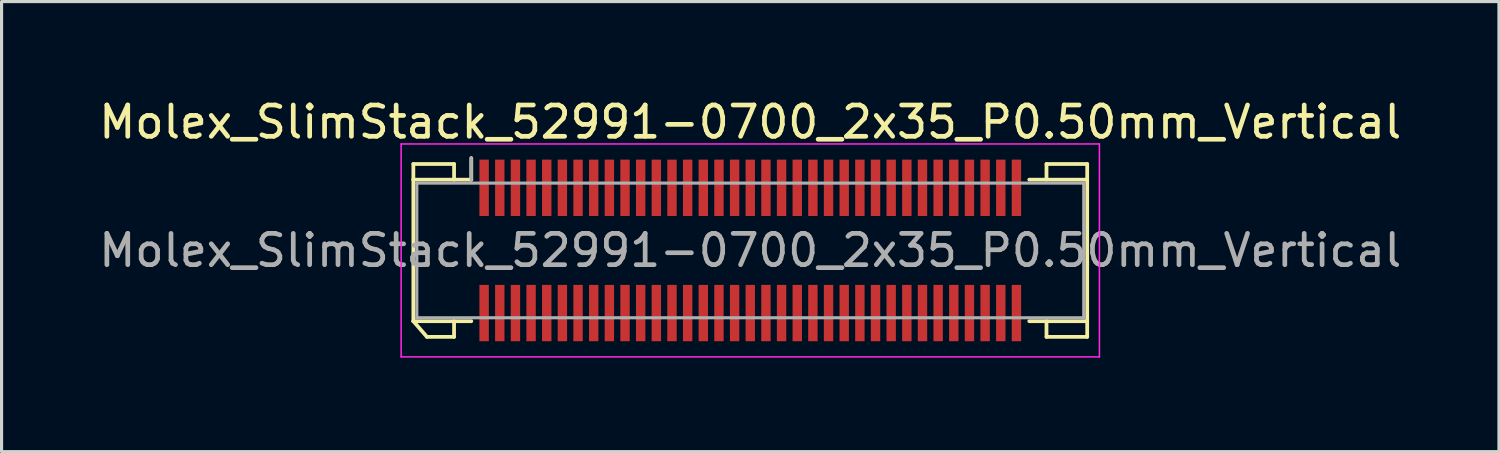
<source format=kicad_pcb>
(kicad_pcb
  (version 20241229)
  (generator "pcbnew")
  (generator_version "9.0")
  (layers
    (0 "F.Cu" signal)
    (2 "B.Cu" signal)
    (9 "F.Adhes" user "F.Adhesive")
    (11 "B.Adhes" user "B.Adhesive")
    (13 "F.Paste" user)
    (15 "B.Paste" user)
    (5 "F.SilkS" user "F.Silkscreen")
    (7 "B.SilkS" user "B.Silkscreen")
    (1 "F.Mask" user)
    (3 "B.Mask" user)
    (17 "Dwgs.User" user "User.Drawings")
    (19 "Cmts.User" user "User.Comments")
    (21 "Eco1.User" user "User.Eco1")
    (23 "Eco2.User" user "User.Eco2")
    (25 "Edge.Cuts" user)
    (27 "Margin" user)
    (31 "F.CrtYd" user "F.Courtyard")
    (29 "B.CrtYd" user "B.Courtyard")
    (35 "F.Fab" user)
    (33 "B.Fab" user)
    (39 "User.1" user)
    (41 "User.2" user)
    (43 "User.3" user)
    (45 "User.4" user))
  (footprint "Molex_SlimStack_52991-0700_2x35_P0.50mm_Vertical"
    (layer "F.Cu")
    (at 20.911 4.948)
    (property "Reference" "Molex_SlimStack_52991-0700_2x35_P0.50mm_Vertical" (at 0 -4.1 0) (layer "F.SilkS") (effects (font (size 1 1) (thickness 0.15))))
    (attr smd)
    (fp_line (start -10.76 -2.76) (end -9.46 -2.76) (stroke (width 0.12) (type solid)) (layer "F.SilkS"))
    (fp_line (start -10.76 -2.26) (end -10.76 -2.76) (stroke (width 0.12) (type solid)) (layer "F.SilkS"))
    (fp_line (start -10.76 -2.26) (end -8.91 -2.26) (stroke (width 0.12) (type solid)) (layer "F.SilkS"))
    (fp_line (start -10.76 2.26) (end -10.76 -2.26) (stroke (width 0.12) (type solid)) (layer "F.SilkS"))
    (fp_line (start -10.76 2.26) (end -10.327 2.76) (stroke (width 0.12) (type solid)) (layer "F.SilkS"))
    (fp_line (start -10.327 2.76) (end -9.46 2.76) (stroke (width 0.12) (type solid)) (layer "F.SilkS"))
    (fp_line (start -9.46 -2.76) (end -9.46 -2.26) (stroke (width 0.12) (type solid)) (layer "F.SilkS"))
    (fp_line (start -9.46 2.76) (end -9.46 2.26) (stroke (width 0.12) (type solid)) (layer "F.SilkS"))
    (fp_line (start -8.91 -2.26) (end -8.91 -2.95) (stroke (width 0.12) (type solid)) (layer "F.SilkS"))
    (fp_line (start -8.91 2.26) (end -10.76 2.26) (stroke (width 0.12) (type solid)) (layer "F.SilkS"))
    (fp_line (start 8.91 2.26) (end 10.76 2.26) (stroke (width 0.12) (type solid)) (layer "F.SilkS"))
    (fp_line (start 9.46 -2.76) (end 9.46 -2.26) (stroke (width 0.12) (type solid)) (layer "F.SilkS"))
    (fp_line (start 9.46 2.76) (end 9.46 2.26) (stroke (width 0.12) (type solid)) (layer "F.SilkS"))
    (fp_line (start 10.76 -2.76) (end 9.46 -2.76) (stroke (width 0.12) (type solid)) (layer "F.SilkS"))
    (fp_line (start 10.76 -2.26) (end 8.91 -2.26) (stroke (width 0.12) (type solid)) (layer "F.SilkS"))
    (fp_line (start 10.76 -2.26) (end 10.76 -2.76) (stroke (width 0.12) (type solid)) (layer "F.SilkS"))
    (fp_line (start 10.76 2.26) (end 10.76 -2.26) (stroke (width 0.12) (type solid)) (layer "F.SilkS"))
    (fp_line (start 10.76 2.26) (end 10.76 2.76) (stroke (width 0.12) (type solid)) (layer "F.SilkS"))
    (fp_line (start 10.76 2.76) (end 9.46 2.76) (stroke (width 0.12) (type solid)) (layer "F.SilkS"))
    (fp_line (start -11.15 -3.4) (end -11.15 3.4) (stroke (width 0.05) (type solid)) (layer "F.CrtYd"))
    (fp_line (start -11.15 3.4) (end 11.15 3.4) (stroke (width 0.05) (type solid)) (layer "F.CrtYd"))
    (fp_line (start 11.15 -3.4) (end -11.15 -3.4) (stroke (width 0.05) (type solid)) (layer "F.CrtYd"))
    (fp_line (start 11.15 3.4) (end 11.15 -3.4) (stroke (width 0.05) (type solid)) (layer "F.CrtYd"))
    (fp_line (start -10.65 -2.15) (end -10.65 2.15) (stroke (width 0.1) (type solid)) (layer "F.Fab"))
    (fp_line (start -10.65 2.15) (end 10.65 2.15) (stroke (width 0.1) (type solid)) (layer "F.Fab"))
    (fp_line (start -8.91 -2.26) (end -8.91 -2.95) (stroke (width 0.1) (type solid)) (layer "F.Fab"))
    (fp_line (start 10.65 -2.15) (end -10.65 -2.15) (stroke (width 0.1) (type solid)) (layer "F.Fab"))
    (fp_line (start 10.65 2.15) (end 10.65 -2.15) (stroke (width 0.1) (type solid)) (layer "F.Fab"))
    (fp_text user "${REFERENCE}" (at 0 0 0) (layer "F.Fab") (effects (font (size 1 1) (thickness 0.15))))
    (pad "1" smd rect (at -8.5 -2) (size 0.3 1.8) (layers "F.Cu" "F.Mask" "F.Paste"))
    (pad "2" smd rect (at -8.5 2) (size 0.3 1.8) (layers "F.Cu" "F.Mask" "F.Paste"))
    (pad "3" smd rect (at -8 -2) (size 0.3 1.8) (layers "F.Cu" "F.Mask" "F.Paste"))
    (pad "4" smd rect (at -8 2) (size 0.3 1.8) (layers "F.Cu" "F.Mask" "F.Paste"))
    (pad "5" smd rect (at -7.5 -2) (size 0.3 1.8) (layers "F.Cu" "F.Mask" "F.Paste"))
    (pad "6" smd rect (at -7.5 2) (size 0.3 1.8) (layers "F.Cu" "F.Mask" "F.Paste"))
    (pad "7" smd rect (at -7 -2) (size 0.3 1.8) (layers "F.Cu" "F.Mask" "F.Paste"))
    (pad "8" smd rect (at -7 2) (size 0.3 1.8) (layers "F.Cu" "F.Mask" "F.Paste"))
    (pad "9" smd rect (at -6.5 -2) (size 0.3 1.8) (layers "F.Cu" "F.Mask" "F.Paste"))
    (pad "10" smd rect (at -6.5 2) (size 0.3 1.8) (layers "F.Cu" "F.Mask" "F.Paste"))
    (pad "11" smd rect (at -6 -2) (size 0.3 1.8) (layers "F.Cu" "F.Mask" "F.Paste"))
    (pad "12" smd rect (at -6 2) (size 0.3 1.8) (layers "F.Cu" "F.Mask" "F.Paste"))
    (pad "13" smd rect (at -5.5 -2) (size 0.3 1.8) (layers "F.Cu" "F.Mask" "F.Paste"))
    (pad "14" smd rect (at -5.5 2) (size 0.3 1.8) (layers "F.Cu" "F.Mask" "F.Paste"))
    (pad "15" smd rect (at -5 -2) (size 0.3 1.8) (layers "F.Cu" "F.Mask" "F.Paste"))
    (pad "16" smd rect (at -5 2) (size 0.3 1.8) (layers "F.Cu" "F.Mask" "F.Paste"))
    (pad "17" smd rect (at -4.5 -2) (size 0.3 1.8) (layers "F.Cu" "F.Mask" "F.Paste"))
    (pad "18" smd rect (at -4.5 2) (size 0.3 1.8) (layers "F.Cu" "F.Mask" "F.Paste"))
    (pad "19" smd rect (at -4 -2) (size 0.3 1.8) (layers "F.Cu" "F.Mask" "F.Paste"))
    (pad "20" smd rect (at -4 2) (size 0.3 1.8) (layers "F.Cu" "F.Mask" "F.Paste"))
    (pad "21" smd rect (at -3.5 -2) (size 0.3 1.8) (layers "F.Cu" "F.Mask" "F.Paste"))
    (pad "22" smd rect (at -3.5 2) (size 0.3 1.8) (layers "F.Cu" "F.Mask" "F.Paste"))
    (pad "23" smd rect (at -3 -2) (size 0.3 1.8) (layers "F.Cu" "F.Mask" "F.Paste"))
    (pad "24" smd rect (at -3 2) (size 0.3 1.8) (layers "F.Cu" "F.Mask" "F.Paste"))
    (pad "25" smd rect (at -2.5 -2) (size 0.3 1.8) (layers "F.Cu" "F.Mask" "F.Paste"))
    (pad "26" smd rect (at -2.5 2) (size 0.3 1.8) (layers "F.Cu" "F.Mask" "F.Paste"))
    (pad "27" smd rect (at -2 -2) (size 0.3 1.8) (layers "F.Cu" "F.Mask" "F.Paste"))
    (pad "28" smd rect (at -2 2) (size 0.3 1.8) (layers "F.Cu" "F.Mask" "F.Paste"))
    (pad "29" smd rect (at -1.5 -2) (size 0.3 1.8) (layers "F.Cu" "F.Mask" "F.Paste"))
    (pad "30" smd rect (at -1.5 2) (size 0.3 1.8) (layers "F.Cu" "F.Mask" "F.Paste"))
    (pad "31" smd rect (at -1 -2) (size 0.3 1.8) (layers "F.Cu" "F.Mask" "F.Paste"))
    (pad "32" smd rect (at -1 2) (size 0.3 1.8) (layers "F.Cu" "F.Mask" "F.Paste"))
    (pad "33" smd rect (at -0.5 -2) (size 0.3 1.8) (layers "F.Cu" "F.Mask" "F.Paste"))
    (pad "34" smd rect (at -0.5 2) (size 0.3 1.8) (layers "F.Cu" "F.Mask" "F.Paste"))
    (pad "35" smd rect (at 0 -2) (size 0.3 1.8) (layers "F.Cu" "F.Mask" "F.Paste"))
    (pad "36" smd rect (at 0 2) (size 0.3 1.8) (layers "F.Cu" "F.Mask" "F.Paste"))
    (pad "37" smd rect (at 0.5 -2) (size 0.3 1.8) (layers "F.Cu" "F.Mask" "F.Paste"))
    (pad "38" smd rect (at 0.5 2) (size 0.3 1.8) (layers "F.Cu" "F.Mask" "F.Paste"))
    (pad "39" smd rect (at 1 -2) (size 0.3 1.8) (layers "F.Cu" "F.Mask" "F.Paste"))
    (pad "40" smd rect (at 1 2) (size 0.3 1.8) (layers "F.Cu" "F.Mask" "F.Paste"))
    (pad "41" smd rect (at 1.5 -2) (size 0.3 1.8) (layers "F.Cu" "F.Mask" "F.Paste"))
    (pad "42" smd rect (at 1.5 2) (size 0.3 1.8) (layers "F.Cu" "F.Mask" "F.Paste"))
    (pad "43" smd rect (at 2 -2) (size 0.3 1.8) (layers "F.Cu" "F.Mask" "F.Paste"))
    (pad "44" smd rect (at 2 2) (size 0.3 1.8) (layers "F.Cu" "F.Mask" "F.Paste"))
    (pad "45" smd rect (at 2.5 -2) (size 0.3 1.8) (layers "F.Cu" "F.Mask" "F.Paste"))
    (pad "46" smd rect (at 2.5 2) (size 0.3 1.8) (layers "F.Cu" "F.Mask" "F.Paste"))
    (pad "47" smd rect (at 3 -2) (size 0.3 1.8) (layers "F.Cu" "F.Mask" "F.Paste"))
    (pad "48" smd rect (at 3 2) (size 0.3 1.8) (layers "F.Cu" "F.Mask" "F.Paste"))
    (pad "49" smd rect (at 3.5 -2) (size 0.3 1.8) (layers "F.Cu" "F.Mask" "F.Paste"))
    (pad "50" smd rect (at 3.5 2) (size 0.3 1.8) (layers "F.Cu" "F.Mask" "F.Paste"))
    (pad "51" smd rect (at 4 -2) (size 0.3 1.8) (layers "F.Cu" "F.Mask" "F.Paste"))
    (pad "52" smd rect (at 4 2) (size 0.3 1.8) (layers "F.Cu" "F.Mask" "F.Paste"))
    (pad "53" smd rect (at 4.5 -2) (size 0.3 1.8) (layers "F.Cu" "F.Mask" "F.Paste"))
    (pad "54" smd rect (at 4.5 2) (size 0.3 1.8) (layers "F.Cu" "F.Mask" "F.Paste"))
    (pad "55" smd rect (at 5 -2) (size 0.3 1.8) (layers "F.Cu" "F.Mask" "F.Paste"))
    (pad "56" smd rect (at 5 2) (size 0.3 1.8) (layers "F.Cu" "F.Mask" "F.Paste"))
    (pad "57" smd rect (at 5.5 -2) (size 0.3 1.8) (layers "F.Cu" "F.Mask" "F.Paste"))
    (pad "58" smd rect (at 5.5 2) (size 0.3 1.8) (layers "F.Cu" "F.Mask" "F.Paste"))
    (pad "59" smd rect (at 6 -2) (size 0.3 1.8) (layers "F.Cu" "F.Mask" "F.Paste"))
    (pad "60" smd rect (at 6 2) (size 0.3 1.8) (layers "F.Cu" "F.Mask" "F.Paste"))
    (pad "61" smd rect (at 6.5 -2) (size 0.3 1.8) (layers "F.Cu" "F.Mask" "F.Paste"))
    (pad "62" smd rect (at 6.5 2) (size 0.3 1.8) (layers "F.Cu" "F.Mask" "F.Paste"))
    (pad "63" smd rect (at 7 -2) (size 0.3 1.8) (layers "F.Cu" "F.Mask" "F.Paste"))
    (pad "64" smd rect (at 7 2) (size 0.3 1.8) (layers "F.Cu" "F.Mask" "F.Paste"))
    (pad "65" smd rect (at 7.5 -2) (size 0.3 1.8) (layers "F.Cu" "F.Mask" "F.Paste"))
    (pad "66" smd rect (at 7.5 2) (size 0.3 1.8) (layers "F.Cu" "F.Mask" "F.Paste"))
    (pad "67" smd rect (at 8 -2) (size 0.3 1.8) (layers "F.Cu" "F.Mask" "F.Paste"))
    (pad "68" smd rect (at 8 2) (size 0.3 1.8) (layers "F.Cu" "F.Mask" "F.Paste"))
    (pad "69" smd rect (at 8.5 -2) (size 0.3 1.8) (layers "F.Cu" "F.Mask" "F.Paste"))
    (pad "70" smd rect (at 8.5 2) (size 0.3 1.8) (layers "F.Cu" "F.Mask" "F.Paste")))
  (gr_rect
    (start -3 -3)
    (end 44.821 11.373)
    (stroke (width 0.1) (type default))
    (fill no)
    (layer "Edge.Cuts")))
</source>
